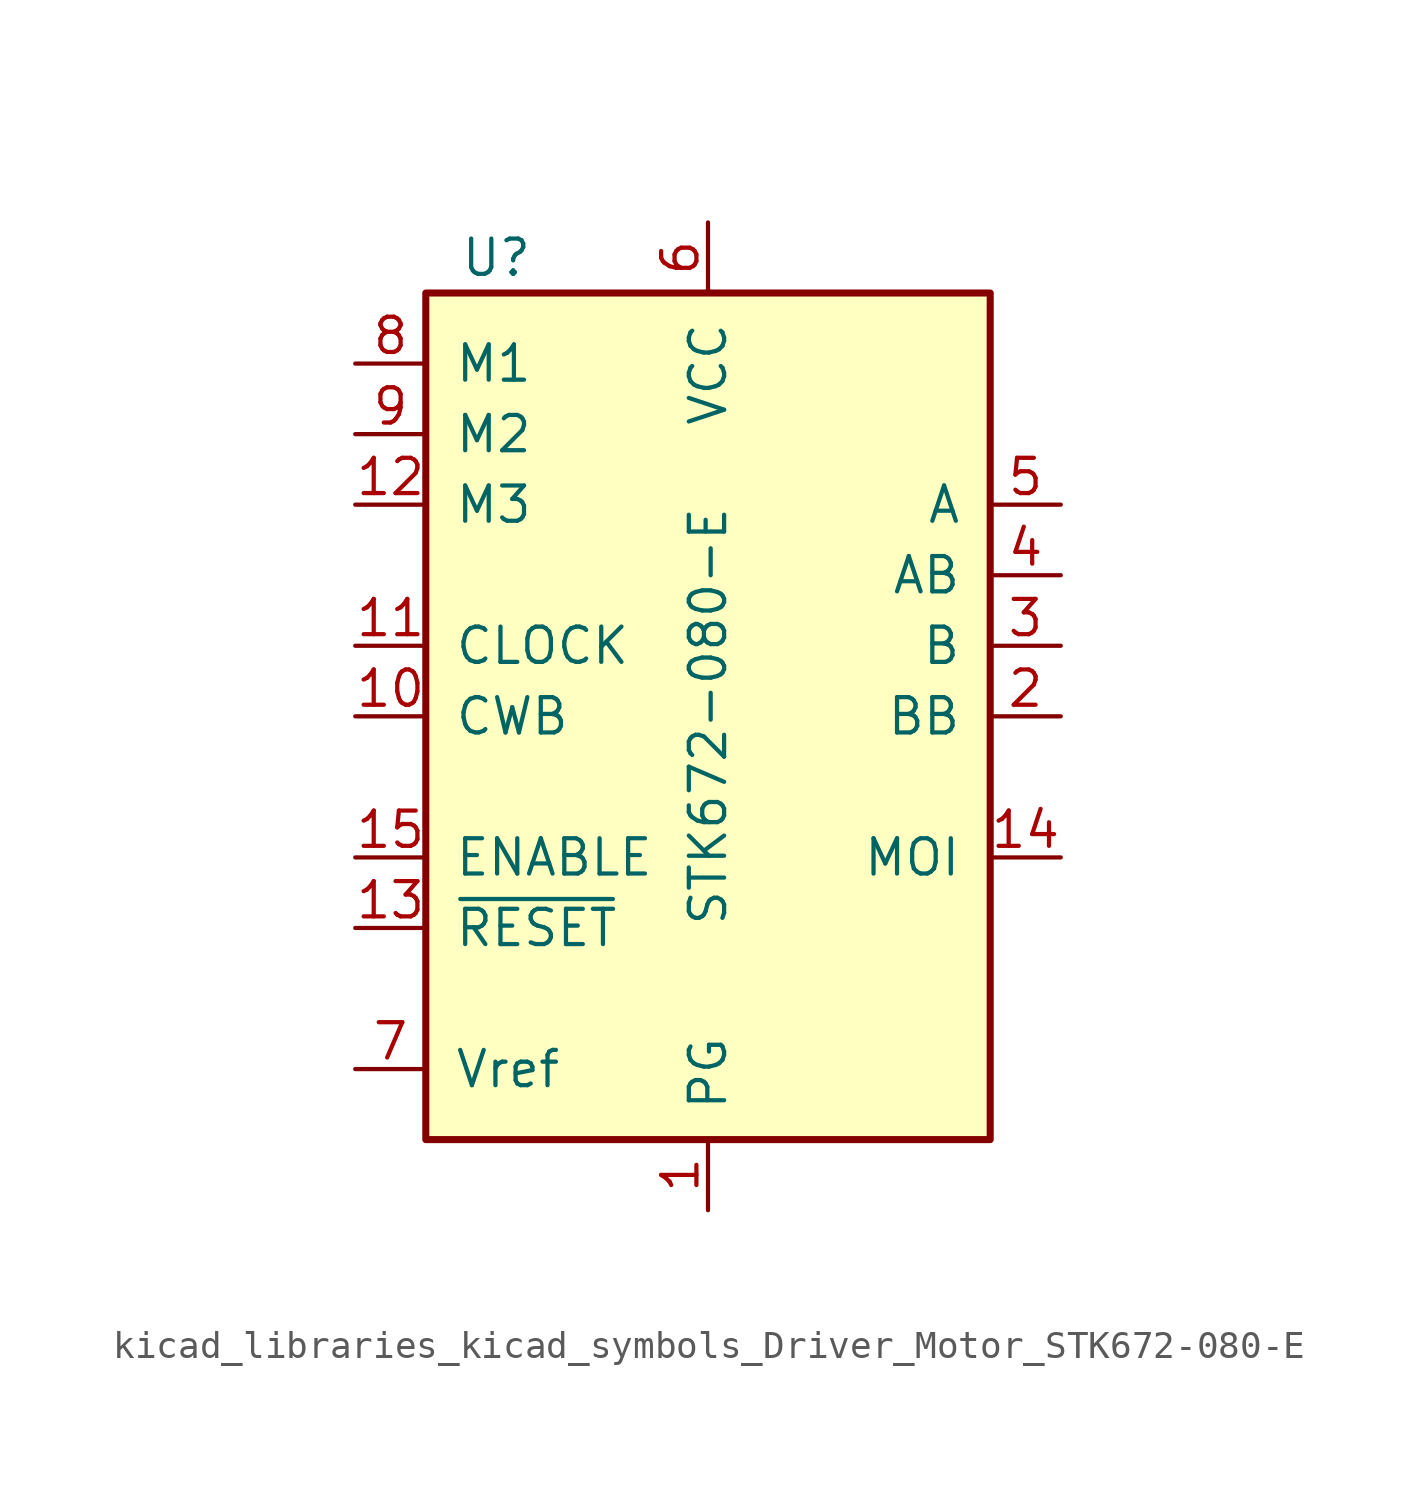
<source format=kicad_sym>
(kicad_symbol_lib
  (version 20220914)
  (generator kicad_symbol_editor)
  (symbol "kicad_libraries_kicad_symbols_Driver_Motor_STK672-080-E"
    (pin_names
      (offset 1.016))
    (property "Reference" "U"
      (at -7.62 16.51 0)
      (effects (font (size 1.27 1.27))))
    (property "Value" "STK672-080-E"
      (at 0 0 90)
      (effects (font (size 1.27 1.27))))
    (symbol "kicad_libraries_kicad_symbols_Driver_Motor_STK672-080-E_0_1"
      (rectangle (start -10.16 15.24) (end 10.16 -15.24) (stroke (width 0.254) (type default)) (fill (type background))))
    (symbol "kicad_libraries_kicad_symbols_Driver_Motor_STK672-080-E_1_1"
      (pin power_in line (at 0 -17.78 90) (length 2.54) (name "PG" (effects (font (size 1.27 1.27)))) (number "1" (effects (font (size 1.27 1.27)))))
      (pin input line (at -12.7 0 0) (length 2.54) (name "CWB" (effects (font (size 1.27 1.27)))) (number "10" (effects (font (size 1.27 1.27)))))
      (pin input line (at -12.7 2.54 0) (length 2.54) (name "CLOCK" (effects (font (size 1.27 1.27)))) (number "11" (effects (font (size 1.27 1.27)))))
      (pin input line (at -12.7 7.62 0) (length 2.54) (name "M3" (effects (font (size 1.27 1.27)))) (number "12" (effects (font (size 1.27 1.27)))))
      (pin input line (at -12.7 -7.62 0) (length 2.54) (name "~{RESET}" (effects (font (size 1.27 1.27)))) (number "13" (effects (font (size 1.27 1.27)))))
      (pin output line (at 12.7 -5.08 180) (length 2.54) (name "MOI" (effects (font (size 1.27 1.27)))) (number "14" (effects (font (size 1.27 1.27)))))
      (pin input line (at -12.7 -5.08 0) (length 2.54) (name "ENABLE" (effects (font (size 1.27 1.27)))) (number "15" (effects (font (size 1.27 1.27)))))
      (pin output line (at 12.7 0 180) (length 2.54) (name "BB" (effects (font (size 1.27 1.27)))) (number "2" (effects (font (size 1.27 1.27)))))
      (pin output line (at 12.7 2.54 180) (length 2.54) (name "B" (effects (font (size 1.27 1.27)))) (number "3" (effects (font (size 1.27 1.27)))))
      (pin output line (at 12.7 5.08 180) (length 2.54) (name "AB" (effects (font (size 1.27 1.27)))) (number "4" (effects (font (size 1.27 1.27)))))
      (pin output line (at 12.7 7.62 180) (length 2.54) (name "A" (effects (font (size 1.27 1.27)))) (number "5" (effects (font (size 1.27 1.27)))))
      (pin power_in line (at 0 17.78 270) (length 2.54) (name "VCC" (effects (font (size 1.27 1.27)))) (number "6" (effects (font (size 1.27 1.27)))))
      (pin input line (at -12.7 -12.7 0) (length 2.54) (name "Vref" (effects (font (size 1.27 1.27)))) (number "7" (effects (font (size 1.27 1.27)))))
      (pin input line (at -12.7 12.7 0) (length 2.54) (name "M1" (effects (font (size 1.27 1.27)))) (number "8" (effects (font (size 1.27 1.27)))))
      (pin input line (at -12.7 10.16 0) (length 2.54) (name "M2" (effects (font (size 1.27 1.27)))) (number "9" (effects (font (size 1.27 1.27))))))))
</source>
